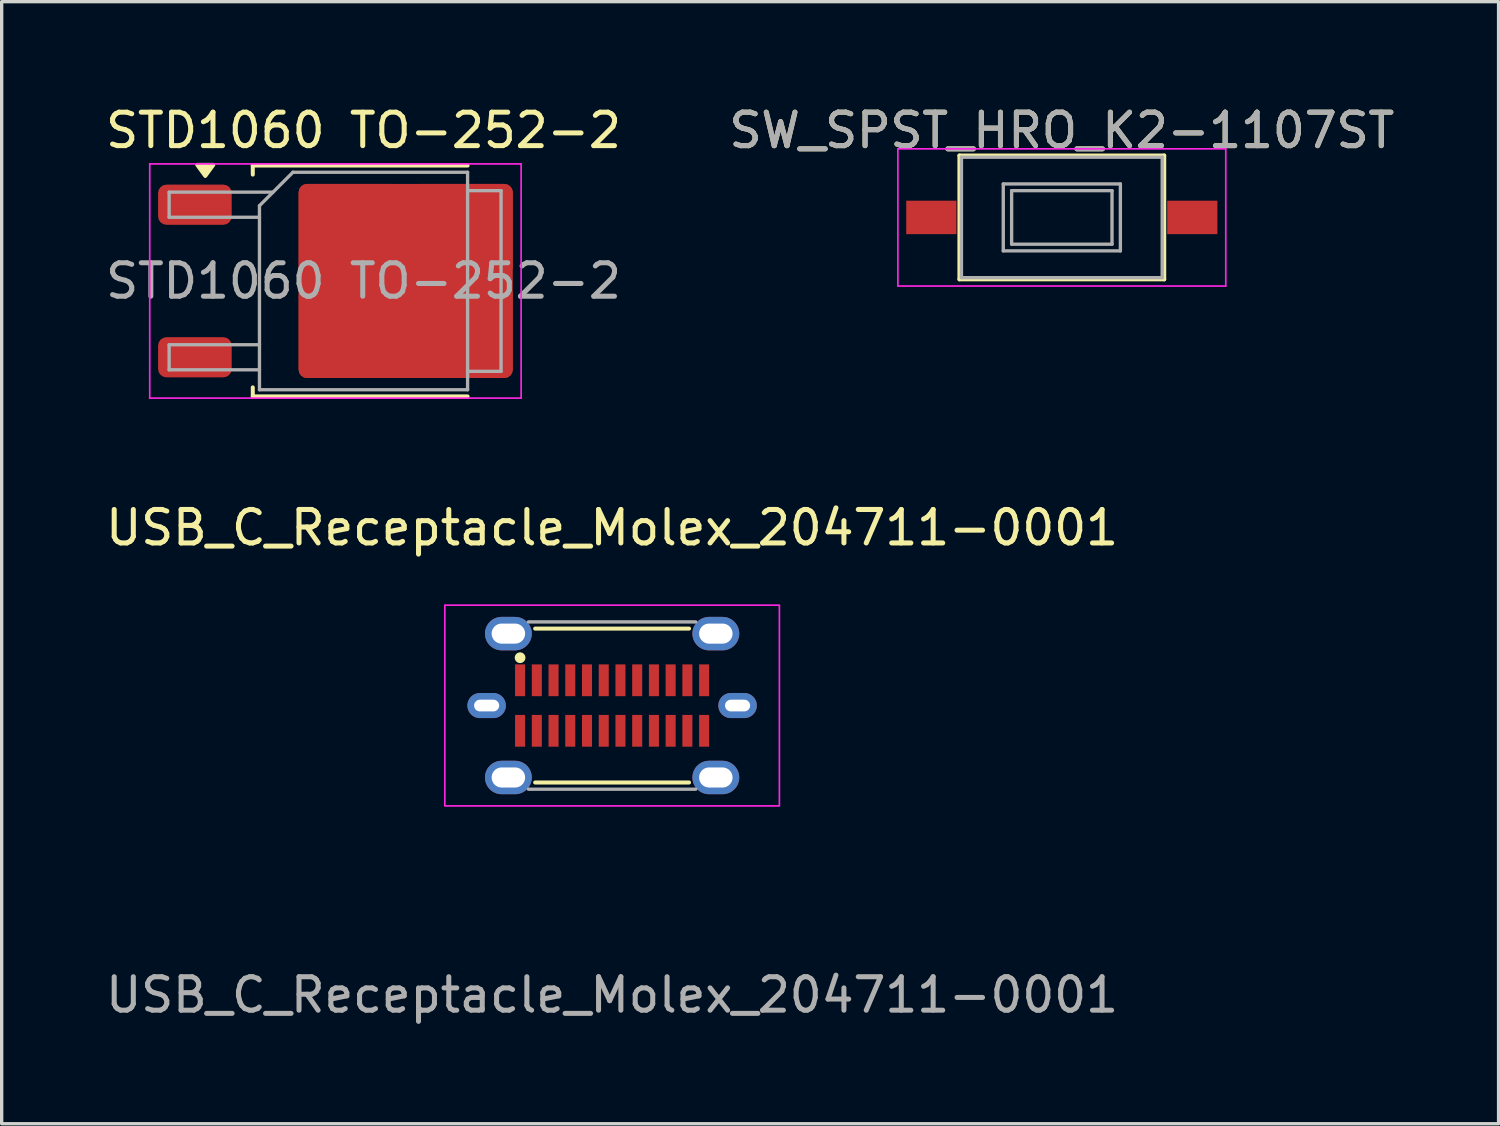
<source format=kicad_pcb>
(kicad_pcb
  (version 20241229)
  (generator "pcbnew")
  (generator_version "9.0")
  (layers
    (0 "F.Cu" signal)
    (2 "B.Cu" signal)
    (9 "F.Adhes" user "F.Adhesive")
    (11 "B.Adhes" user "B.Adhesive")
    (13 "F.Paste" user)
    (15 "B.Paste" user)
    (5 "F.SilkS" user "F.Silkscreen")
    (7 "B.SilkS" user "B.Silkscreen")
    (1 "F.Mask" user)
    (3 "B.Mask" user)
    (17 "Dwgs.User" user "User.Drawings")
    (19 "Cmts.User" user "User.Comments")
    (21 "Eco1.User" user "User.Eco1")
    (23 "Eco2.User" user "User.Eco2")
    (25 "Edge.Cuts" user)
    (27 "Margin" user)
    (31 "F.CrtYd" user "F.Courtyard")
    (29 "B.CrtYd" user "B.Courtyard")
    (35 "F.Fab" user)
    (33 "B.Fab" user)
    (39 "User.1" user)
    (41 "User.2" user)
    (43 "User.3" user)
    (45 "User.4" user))
  (footprint "SW_SPST_HRO_K2-1107ST"
    (layer "F.Cu")
    (at 28.685 3.448)
    (property "Reference" "SW_SPST_HRO_K2-1107ST" (at 0 -2.6 0) (layer "F.SilkS") (effects (font (size 1 1) (thickness 0.15))))
    (attr smd)
    (fp_line (start -3.06 -1.85) (end 3.06 -1.85) (stroke (width 0.12) (type solid)) (layer "F.SilkS"))
    (fp_line (start -3.06 1.85) (end -3.06 -1.85) (stroke (width 0.12) (type solid)) (layer "F.SilkS"))
    (fp_line (start 3.06 -1.85) (end 3.06 1.85) (stroke (width 0.12) (type solid)) (layer "F.SilkS"))
    (fp_line (start 3.06 1.85) (end -3.06 1.85) (stroke (width 0.12) (type solid)) (layer "F.SilkS"))
    (fp_line (start -4.9 -2.05) (end 4.9 -2.05) (stroke (width 0.05) (type solid)) (layer "F.CrtYd"))
    (fp_line (start -4.9 2.05) (end -4.9 -2.05) (stroke (width 0.05) (type solid)) (layer "F.CrtYd"))
    (fp_line (start 4.9 -2.05) (end 4.9 2.05) (stroke (width 0.05) (type solid)) (layer "F.CrtYd"))
    (fp_line (start 4.9 2.05) (end -4.9 2.05) (stroke (width 0.05) (type solid)) (layer "F.CrtYd"))
    (fp_line (start -3 -1.8) (end -3 1.8) (stroke (width 0.1) (type solid)) (layer "F.Fab"))
    (fp_line (start -3 -1.8) (end 3 -1.8) (stroke (width 0.1) (type solid)) (layer "F.Fab"))
    (fp_line (start -3 1.8) (end 3 1.8) (stroke (width 0.1) (type solid)) (layer "F.Fab"))
    (fp_line (start -1.75 -1) (end 1.75 -1) (stroke (width 0.1) (type solid)) (layer "F.Fab"))
    (fp_line (start -1.75 1) (end -1.75 -1) (stroke (width 0.1) (type solid)) (layer "F.Fab"))
    (fp_line (start -1.5 -0.8) (end -1.5 0.8) (stroke (width 0.1) (type solid)) (layer "F.Fab"))
    (fp_line (start -1.5 -0.8) (end 1.5 -0.8) (stroke (width 0.1) (type solid)) (layer "F.Fab"))
    (fp_line (start -1.5 0.8) (end 1.5 0.8) (stroke (width 0.1) (type solid)) (layer "F.Fab"))
    (fp_line (start 1.5 -0.8) (end 1.5 0.8) (stroke (width 0.1) (type solid)) (layer "F.Fab"))
    (fp_line (start 1.75 -1) (end 1.75 1) (stroke (width 0.1) (type solid)) (layer "F.Fab"))
    (fp_line (start 1.75 1) (end -1.75 1) (stroke (width 0.1) (type solid)) (layer "F.Fab"))
    (fp_line (start 3 -1.8) (end 3 1.8) (stroke (width 0.1) (type solid)) (layer "F.Fab"))
    (fp_text user "${REFERENCE}" (at 0 -2.6 0) (layer "F.Fab") (effects (font (size 1 1) (thickness 0.15))))
    (pad "1" smd rect (at -3.9 0) (size 1.5 1) (layers "F.Cu" "F.Mask" "F.Paste"))
    (pad "2" smd rect (at 3.9 0) (size 1.5 1) (layers "F.Cu" "F.Mask" "F.Paste")))
  (footprint "USB_C_Receptacle_Molex_204711-0001"
    (layer "F.Cu")
    (at 15.244 18.037)
    (property "Reference" "USB_C_Receptacle_Molex_204711-0001" (at 0 -5.315 0) (unlocked yes) (layer "F.SilkS") (effects (font (size 1 1) (thickness 0.15))))
    (attr through_hole)
    (fp_line (start -2.3 -2.3) (end 2.3 -2.3) (stroke (width 0.12) (type default)) (layer "F.SilkS"))
    (fp_line (start -2.3 2.3) (end 2.3 2.3) (stroke (width 0.12) (type default)) (layer "F.SilkS"))
    (fp_circle (center -2.75 -1.43) (end -2.65 -1.43) (stroke (width 0.12) (type solid)) (fill yes) (layer "F.SilkS"))
    (fp_rect (start -5 -3) (end 5 3) (stroke (width 0.05) (type solid)) (fill no) (layer "F.CrtYd"))
    (fp_line (start -2.5 -2.5) (end 2.5 -2.5) (stroke (width 0.1) (type default)) (layer "F.Fab"))
    (fp_line (start 2.5 2.5) (end -2.5 2.5) (stroke (width 0.1) (type default)) (layer "F.Fab"))
    (fp_text user "${REFERENCE}" (at 0 8.65 0) (unlocked yes) (layer "F.Fab") (effects (font (size 1 1) (thickness 0.15))))
    (pad "A1" smd rect (at -2.75 -0.755) (size 0.3 0.95) (layers "F.Cu" "F.Mask" "F.Paste"))
    (pad "A2" smd rect (at -2.25 -0.755) (size 0.3 0.95) (layers "F.Cu" "F.Mask" "F.Paste"))
    (pad "A3" smd rect (at -1.75 -0.755) (size 0.3 0.95) (layers "F.Cu" "F.Mask" "F.Paste"))
    (pad "A4" smd rect (at -1.25 -0.755) (size 0.3 0.95) (layers "F.Cu" "F.Mask" "F.Paste"))
    (pad "A5" smd rect (at -0.75 -0.755) (size 0.3 0.95) (layers "F.Cu" "F.Mask" "F.Paste"))
    (pad "A6" smd rect (at -0.25 -0.755) (size 0.3 0.95) (layers "F.Cu" "F.Mask" "F.Paste"))
    (pad "A7" smd rect (at 0.25 -0.755) (size 0.3 0.95) (layers "F.Cu" "F.Mask" "F.Paste"))
    (pad "A8" smd rect (at 0.75 -0.755) (size 0.3 0.95) (layers "F.Cu" "F.Mask" "F.Paste"))
    (pad "A9" smd rect (at 1.25 -0.755) (size 0.3 0.95) (layers "F.Cu" "F.Mask" "F.Paste"))
    (pad "A10" smd rect (at 1.75 -0.755) (size 0.3 0.95) (layers "F.Cu" "F.Mask" "F.Paste"))
    (pad "A11" smd rect (at 2.25 -0.755) (size 0.3 0.95) (layers "F.Cu" "F.Mask" "F.Paste"))
    (pad "A12" smd rect (at 2.75 -0.755) (size 0.3 0.95) (layers "F.Cu" "F.Mask" "F.Paste"))
    (pad "B1" smd rect (at 2.75 0.755) (size 0.3 0.95) (layers "F.Cu" "F.Mask" "F.Paste"))
    (pad "B2" smd rect (at 2.25 0.755) (size 0.3 0.95) (layers "F.Cu" "F.Mask" "F.Paste"))
    (pad "B3" smd rect (at 1.75 0.755) (size 0.3 0.95) (layers "F.Cu" "F.Mask" "F.Paste"))
    (pad "B4" smd rect (at 1.25 0.755) (size 0.3 0.95) (layers "F.Cu" "F.Mask" "F.Paste"))
    (pad "B5" smd rect (at 0.75 0.755) (size 0.3 0.95) (layers "F.Cu" "F.Mask" "F.Paste"))
    (pad "B6" smd rect (at 0.25 0.755) (size 0.3 0.95) (layers "F.Cu" "F.Mask" "F.Paste"))
    (pad "B7" smd rect (at -0.25 0.755) (size 0.3 0.95) (layers "F.Cu" "F.Mask" "F.Paste"))
    (pad "B8" smd rect (at -0.75 0.755) (size 0.3 0.95) (layers "F.Cu" "F.Mask" "F.Paste"))
    (pad "B9" smd rect (at -1.25 0.755) (size 0.3 0.95) (layers "F.Cu" "F.Mask" "F.Paste"))
    (pad "B10" smd rect (at -1.75 0.755) (size 0.3 0.95) (layers "F.Cu" "F.Mask" "F.Paste"))
    (pad "B11" smd rect (at -2.25 0.755) (size 0.3 0.95) (layers "F.Cu" "F.Mask" "F.Paste"))
    (pad "B12" smd rect (at -2.75 0.755) (size 0.3 0.95) (layers "F.Cu" "F.Mask" "F.Paste"))
    (pad "S1" thru_hole oval (at -3.75 0) (size 1.15 0.75) (drill oval 0.75 0.35) (layers "*.Cu" "*.Mask"))
    (pad "S1" thru_hole oval (at -3.1 -2.15) (size 1.4 1) (drill oval 1 0.6) (layers "*.Cu" "*.Mask"))
    (pad "S1" thru_hole oval (at -3.1 2.15) (size 1.4 1) (drill oval 1 0.6) (layers "*.Cu" "*.Mask"))
    (pad "S1" thru_hole oval (at 3.1 -2.15) (size 1.4 1) (drill oval 1 0.6) (layers "*.Cu" "*.Mask"))
    (pad "S1" thru_hole oval (at 3.1 2.15) (size 1.4 1) (drill oval 1 0.6) (layers "*.Cu" "*.Mask"))
    (pad "S1" thru_hole oval (at 3.75 0) (size 1.15 0.75) (drill oval 0.75 0.35) (layers "*.Cu" "*.Mask")))
  (footprint "STD1060 TO-252-2"
    (layer "F.Cu")
    (at 7.815 5.348)
    (property "Reference" "STD1060 TO-252-2" (at 0 -4.5 0) (layer "F.SilkS") (effects (font (size 1 1) (thickness 0.15))))
    (attr smd)
    (fp_line (start -3.31 -3.45) (end -3.31 -3.18) (stroke (width 0.12) (type solid)) (layer "F.SilkS"))
    (fp_line (start -3.31 3.45) (end -3.31 3.18) (stroke (width 0.12) (type solid)) (layer "F.SilkS"))
    (fp_line (start 3.11 -3.45) (end -3.31 -3.45) (stroke (width 0.12) (type solid)) (layer "F.SilkS"))
    (fp_line (start 3.11 3.45) (end -3.31 3.45) (stroke (width 0.12) (type solid)) (layer "F.SilkS"))
    (fp_poly (pts (xy -4.73 -3.14) (xy -4.97 -3.47) (xy -4.49 -3.47) (xy -4.73 -3.14)) (stroke (width 0.12) (type solid)) (fill yes) (layer "F.SilkS"))
    (fp_line (start -6.39 -3.5) (end -6.39 3.5) (stroke (width 0.05) (type solid)) (layer "F.CrtYd"))
    (fp_line (start -6.39 3.5) (end 4.71 3.5) (stroke (width 0.05) (type solid)) (layer "F.CrtYd"))
    (fp_line (start 4.71 -3.5) (end -6.39 -3.5) (stroke (width 0.05) (type solid)) (layer "F.CrtYd"))
    (fp_line (start 4.71 3.5) (end 4.71 -3.5) (stroke (width 0.05) (type solid)) (layer "F.CrtYd"))
    (fp_line (start -5.81 -2.655) (end -5.81 -1.905) (stroke (width 0.1) (type solid)) (layer "F.Fab"))
    (fp_line (start -5.81 -1.905) (end -3.11 -1.905) (stroke (width 0.1) (type solid)) (layer "F.Fab"))
    (fp_line (start -5.81 1.905) (end -5.81 2.655) (stroke (width 0.1) (type solid)) (layer "F.Fab"))
    (fp_line (start -5.81 2.655) (end -3.11 2.655) (stroke (width 0.1) (type solid)) (layer "F.Fab"))
    (fp_line (start -3.11 -2.25) (end -2.11 -3.25) (stroke (width 0.1) (type solid)) (layer "F.Fab"))
    (fp_line (start -3.11 1.905) (end -5.81 1.905) (stroke (width 0.1) (type solid)) (layer "F.Fab"))
    (fp_line (start -3.11 3.25) (end -3.11 -2.25) (stroke (width 0.1) (type solid)) (layer "F.Fab"))
    (fp_line (start -2.705 -2.655) (end -5.81 -2.655) (stroke (width 0.1) (type solid)) (layer "F.Fab"))
    (fp_line (start -2.11 -3.25) (end 3.11 -3.25) (stroke (width 0.1) (type solid)) (layer "F.Fab"))
    (fp_line (start 3.11 -3.25) (end 3.11 3.25) (stroke (width 0.1) (type solid)) (layer "F.Fab"))
    (fp_line (start 3.11 -2.7) (end 4.11 -2.7) (stroke (width 0.1) (type solid)) (layer "F.Fab"))
    (fp_line (start 3.11 3.25) (end -3.11 3.25) (stroke (width 0.1) (type solid)) (layer "F.Fab"))
    (fp_line (start 4.11 -2.7) (end 4.11 2.7) (stroke (width 0.1) (type solid)) (layer "F.Fab"))
    (fp_line (start 4.11 2.7) (end 3.11 2.7) (stroke (width 0.1) (type solid)) (layer "F.Fab"))
    (fp_text user "${REFERENCE}" (at 0 0 0) (layer "F.Fab") (effects (font (size 1 1) (thickness 0.15))))
    (pad "1" smd roundrect (at -0.415 -1.525) (size 3.05 2.75) (layers "F.Cu" "F.Paste") (roundrect_rratio 0.091))
    (pad "1" smd roundrect (at -0.415 1.525) (size 3.05 2.75) (layers "F.Cu" "F.Paste") (roundrect_rratio 0.091))
    (pad "1" smd roundrect (at 1.26 0) (size 6.4 5.8) (layers "F.Cu" "F.Mask") (roundrect_rratio 0.043))
    (pad "1" smd roundrect (at 2.935 -1.525) (size 3.05 2.75) (layers "F.Cu" "F.Paste") (roundrect_rratio 0.091))
    (pad "1" smd roundrect (at 2.935 1.525) (size 3.05 2.75) (layers "F.Cu" "F.Paste") (roundrect_rratio 0.091))
    (pad "2" smd roundrect (at -5.04 -2.28) (size 2.2 1.2) (layers "F.Cu" "F.Mask" "F.Paste") (roundrect_rratio 0.208))
    (pad "2" smd roundrect (at -5.04 2.28) (size 2.2 1.2) (layers "F.Cu" "F.Mask" "F.Paste") (roundrect_rratio 0.208)))
  (gr_rect
    (start -3 -3)
    (end 41.738 30.535)
    (stroke (width 0.1) (type default))
    (fill no)
    (layer "Edge.Cuts")))
</source>
